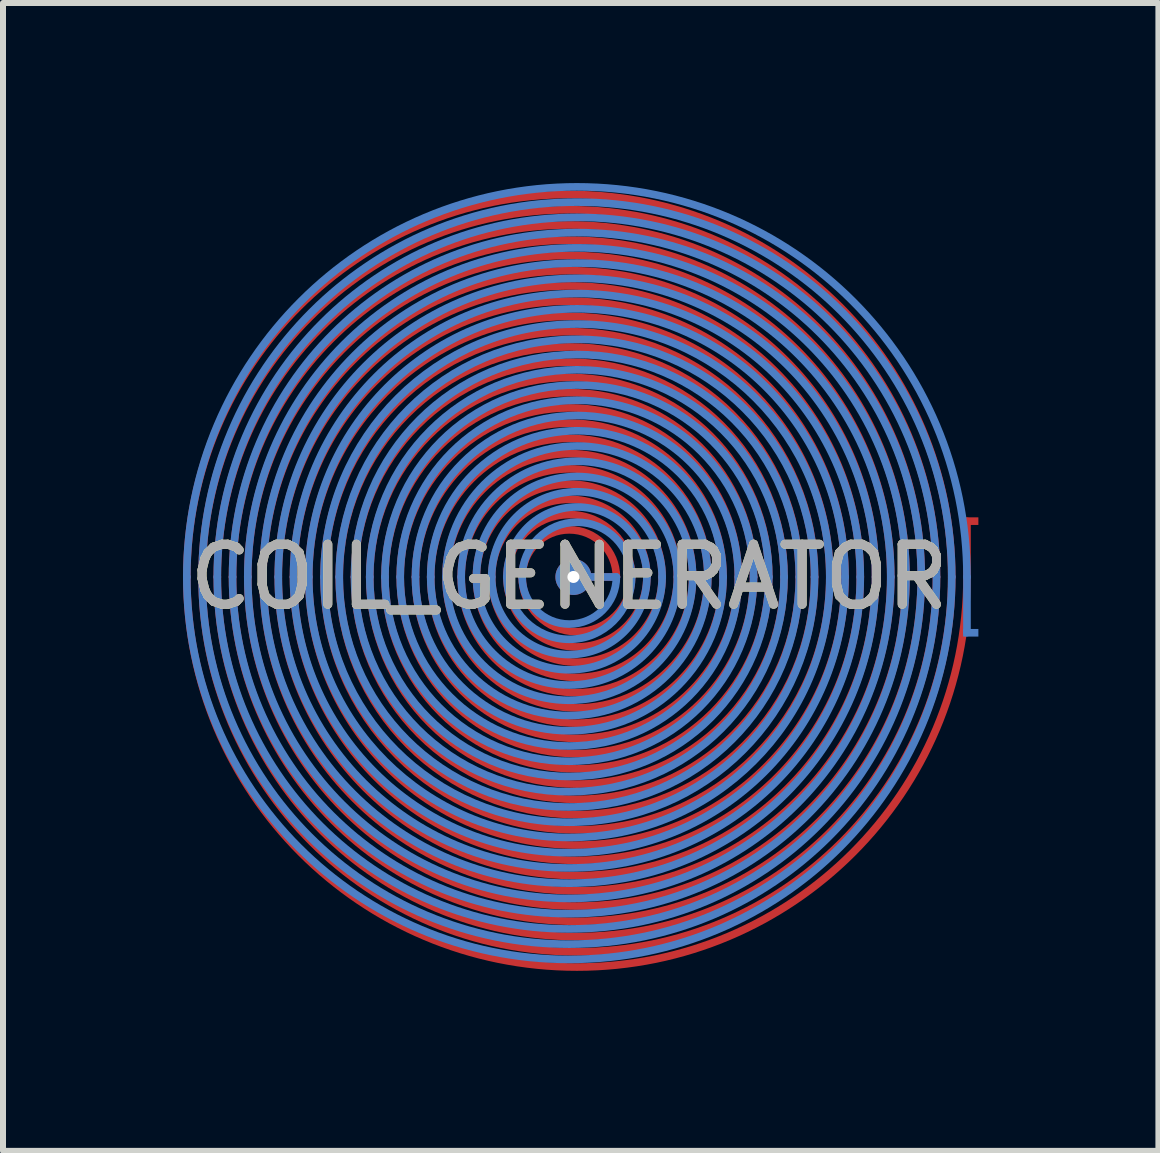
<source format=kicad_pcb>
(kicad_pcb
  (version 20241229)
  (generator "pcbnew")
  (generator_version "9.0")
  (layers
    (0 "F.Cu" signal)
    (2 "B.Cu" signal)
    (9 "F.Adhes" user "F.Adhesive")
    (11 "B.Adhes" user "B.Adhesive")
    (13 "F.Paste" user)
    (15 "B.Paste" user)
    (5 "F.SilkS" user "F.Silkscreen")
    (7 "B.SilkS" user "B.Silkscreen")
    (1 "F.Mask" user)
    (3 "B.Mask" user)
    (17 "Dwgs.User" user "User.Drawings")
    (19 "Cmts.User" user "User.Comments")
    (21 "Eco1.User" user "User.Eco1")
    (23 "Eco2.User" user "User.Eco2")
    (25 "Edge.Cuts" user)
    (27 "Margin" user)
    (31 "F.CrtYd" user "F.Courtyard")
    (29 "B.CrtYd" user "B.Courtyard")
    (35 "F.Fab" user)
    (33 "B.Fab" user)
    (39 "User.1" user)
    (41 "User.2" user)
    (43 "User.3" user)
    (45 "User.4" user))
  (footprint "COIL_GENERATOR"
    (layer "F.Cu")
    (at 6.436 6.564)
    (property "Reference" "COIL_GENERATOR" (at 0 0 0) (unlocked yes) (layer "F.SilkS") (effects (font (size 1 1) (thickness 0.15))))
    (attr exclude_from_pos_files exclude_from_bom allow_missing_courtyard)
    (fp_line (start 0.785 0) (end 0.069 0) (stroke (width 0.127) (type default)) (layer "F.Cu"))
    (fp_line (start 6.627 0) (end 6.627 -0.927) (stroke (width 0.127) (type default)) (layer "F.Cu"))
    (fp_arc (start -6.373 0) (mid 0 -6.373) (end 6.373 0) (stroke (width 0.127) (type default)) (layer "F.Cu"))
    (fp_arc (start -6.119 0) (mid 0 -6.119) (end 6.119 0) (stroke (width 0.127) (type default)) (layer "F.Cu"))
    (fp_arc (start -5.865 0) (mid 0 -5.865) (end 5.865 0) (stroke (width 0.127) (type default)) (layer "F.Cu"))
    (fp_arc (start -5.611 0) (mid 0 -5.611) (end 5.611 0) (stroke (width 0.127) (type default)) (layer "F.Cu"))
    (fp_arc (start -5.357 0) (mid 0 -5.357) (end 5.357 0) (stroke (width 0.127) (type default)) (layer "F.Cu"))
    (fp_arc (start -5.103 0) (mid 0 -5.103) (end 5.103 0) (stroke (width 0.127) (type default)) (layer "F.Cu"))
    (fp_arc (start -4.849 0) (mid 0 -4.849) (end 4.849 0) (stroke (width 0.127) (type default)) (layer "F.Cu"))
    (fp_arc (start -4.595 0) (mid 0 -4.595) (end 4.595 0) (stroke (width 0.127) (type default)) (layer "F.Cu"))
    (fp_arc (start -4.341 0) (mid 0 -4.341) (end 4.341 0) (stroke (width 0.127) (type default)) (layer "F.Cu"))
    (fp_arc (start -4.087 0) (mid 0 -4.087) (end 4.087 0) (stroke (width 0.127) (type default)) (layer "F.Cu"))
    (fp_arc (start -3.833 0) (mid 0 -3.833) (end 3.833 0) (stroke (width 0.127) (type default)) (layer "F.Cu"))
    (fp_arc (start -3.579 0) (mid 0 -3.579) (end 3.579 0) (stroke (width 0.127) (type default)) (layer "F.Cu"))
    (fp_arc (start -3.325 0) (mid 0 -3.325) (end 3.325 0) (stroke (width 0.127) (type default)) (layer "F.Cu"))
    (fp_arc (start -3.071 0) (mid 0 -3.071) (end 3.071 0) (stroke (width 0.127) (type default)) (layer "F.Cu"))
    (fp_arc (start -2.817 0) (mid 0 -2.817) (end 2.817 0) (stroke (width 0.127) (type default)) (layer "F.Cu"))
    (fp_arc (start -2.563 0) (mid 0 -2.563) (end 2.563 0) (stroke (width 0.127) (type default)) (layer "F.Cu"))
    (fp_arc (start -2.309 0) (mid 0 -2.309) (end 2.309 0) (stroke (width 0.127) (type default)) (layer "F.Cu"))
    (fp_arc (start -2.055 0) (mid 0 -2.055) (end 2.055 0) (stroke (width 0.127) (type default)) (layer "F.Cu"))
    (fp_arc (start -1.801 0) (mid 0 -1.801) (end 1.801 0) (stroke (width 0.127) (type default)) (layer "F.Cu"))
    (fp_arc (start -1.547 0) (mid 0 -1.547) (end 1.547 0) (stroke (width 0.127) (type default)) (layer "F.Cu"))
    (fp_arc (start -1.293 0) (mid 0 -1.293) (end 1.293 0) (stroke (width 0.127) (type default)) (layer "F.Cu"))
    (fp_arc (start -1.039 0) (mid 0 -1.039) (end 1.039 0) (stroke (width 0.127) (type default)) (layer "F.Cu"))
    (fp_arc (start -0.785 0) (mid 0 -0.785) (end 0.785 0) (stroke (width 0.127) (type default)) (layer "F.Cu"))
    (fp_arc (start 1.039 0) (mid 0.127 0.912) (end -0.785 0) (stroke (width 0.127) (type default)) (layer "F.Cu"))
    (fp_arc (start 1.293 0) (mid 0.127 1.166) (end -1.039 0) (stroke (width 0.127) (type default)) (layer "F.Cu"))
    (fp_arc (start 1.547 0) (mid 0.127 1.42) (end -1.293 0) (stroke (width 0.127) (type default)) (layer "F.Cu"))
    (fp_arc (start 1.801 0) (mid 0.127 1.674) (end -1.547 0) (stroke (width 0.127) (type default)) (layer "F.Cu"))
    (fp_arc (start 2.055 0) (mid 0.127 1.928) (end -1.801 0) (stroke (width 0.127) (type default)) (layer "F.Cu"))
    (fp_arc (start 2.309 0) (mid 0.127 2.182) (end -2.055 0) (stroke (width 0.127) (type default)) (layer "F.Cu"))
    (fp_arc (start 2.563 0) (mid 0.127 2.436) (end -2.309 0) (stroke (width 0.127) (type default)) (layer "F.Cu"))
    (fp_arc (start 2.817 0) (mid 0.127 2.69) (end -2.563 0) (stroke (width 0.127) (type default)) (layer "F.Cu"))
    (fp_arc (start 3.071 0) (mid 0.127 2.944) (end -2.817 0) (stroke (width 0.127) (type default)) (layer "F.Cu"))
    (fp_arc (start 3.325 0) (mid 0.127 3.198) (end -3.071 0) (stroke (width 0.127) (type default)) (layer "F.Cu"))
    (fp_arc (start 3.579 0) (mid 0.127 3.452) (end -3.325 0) (stroke (width 0.127) (type default)) (layer "F.Cu"))
    (fp_arc (start 3.833 0) (mid 0.127 3.706) (end -3.579 0) (stroke (width 0.127) (type default)) (layer "F.Cu"))
    (fp_arc (start 4.087 0) (mid 0.127 3.96) (end -3.833 0) (stroke (width 0.127) (type default)) (layer "F.Cu"))
    (fp_arc (start 4.341 0) (mid 0.127 4.214) (end -4.087 0) (stroke (width 0.127) (type default)) (layer "F.Cu"))
    (fp_arc (start 4.595 0) (mid 0.127 4.468) (end -4.341 0) (stroke (width 0.127) (type default)) (layer "F.Cu"))
    (fp_arc (start 4.849 0) (mid 0.127 4.722) (end -4.595 0) (stroke (width 0.127) (type default)) (layer "F.Cu"))
    (fp_arc (start 5.103 0) (mid 0.127 4.976) (end -4.849 0) (stroke (width 0.127) (type default)) (layer "F.Cu"))
    (fp_arc (start 5.357 0) (mid 0.127 5.23) (end -5.103 0) (stroke (width 0.127) (type default)) (layer "F.Cu"))
    (fp_arc (start 5.611 0) (mid 0.127 5.484) (end -5.357 0) (stroke (width 0.127) (type default)) (layer "F.Cu"))
    (fp_arc (start 5.865 0) (mid 0.127 5.738) (end -5.611 0) (stroke (width 0.127) (type default)) (layer "F.Cu"))
    (fp_arc (start 6.119 0) (mid 0.127 5.992) (end -5.865 0) (stroke (width 0.127) (type default)) (layer "F.Cu"))
    (fp_arc (start 6.373 0) (mid 0.127 6.246) (end -6.119 0) (stroke (width 0.127) (type default)) (layer "F.Cu"))
    (fp_arc (start 6.627 0) (mid 0.127 6.5) (end -6.373 0) (stroke (width 0.127) (type default)) (layer "F.Cu"))
    (fp_line (start 0.785 0) (end 0.069 0) (stroke (width 0.127) (type default)) (layer "B.Cu"))
    (fp_line (start 6.627 0) (end 6.627 0.927) (stroke (width 0.127) (type default)) (layer "B.Cu"))
    (fp_arc (start -6.373 0) (mid 0.127 -6.5) (end 6.627 0) (stroke (width 0.127) (type default)) (layer "B.Cu"))
    (fp_arc (start -6.119 0) (mid 0.127 -6.246) (end 6.373 0) (stroke (width 0.127) (type default)) (layer "B.Cu"))
    (fp_arc (start -5.865 0) (mid 0.127 -5.992) (end 6.119 0) (stroke (width 0.127) (type default)) (layer "B.Cu"))
    (fp_arc (start -5.611 0) (mid 0.127 -5.738) (end 5.865 0) (stroke (width 0.127) (type default)) (layer "B.Cu"))
    (fp_arc (start -5.357 0) (mid 0.127 -5.484) (end 5.611 0) (stroke (width 0.127) (type default)) (layer "B.Cu"))
    (fp_arc (start -5.103 0) (mid 0.127 -5.23) (end 5.357 0) (stroke (width 0.127) (type default)) (layer "B.Cu"))
    (fp_arc (start -4.849 0) (mid 0.127 -4.976) (end 5.103 0) (stroke (width 0.127) (type default)) (layer "B.Cu"))
    (fp_arc (start -4.595 0) (mid 0.127 -4.722) (end 4.849 0) (stroke (width 0.127) (type default)) (layer "B.Cu"))
    (fp_arc (start -4.341 0) (mid 0.127 -4.468) (end 4.595 0) (stroke (width 0.127) (type default)) (layer "B.Cu"))
    (fp_arc (start -4.087 0) (mid 0.127 -4.214) (end 4.341 0) (stroke (width 0.127) (type default)) (layer "B.Cu"))
    (fp_arc (start -3.833 0) (mid 0.127 -3.96) (end 4.087 0) (stroke (width 0.127) (type default)) (layer "B.Cu"))
    (fp_arc (start -3.579 0) (mid 0.127 -3.706) (end 3.833 0) (stroke (width 0.127) (type default)) (layer "B.Cu"))
    (fp_arc (start -3.325 0) (mid 0.127 -3.452) (end 3.579 0) (stroke (width 0.127) (type default)) (layer "B.Cu"))
    (fp_arc (start -3.071 0) (mid 0.127 -3.198) (end 3.325 0) (stroke (width 0.127) (type default)) (layer "B.Cu"))
    (fp_arc (start -2.817 0) (mid 0.127 -2.944) (end 3.071 0) (stroke (width 0.127) (type default)) (layer "B.Cu"))
    (fp_arc (start -2.563 0) (mid 0.127 -2.69) (end 2.817 0) (stroke (width 0.127) (type default)) (layer "B.Cu"))
    (fp_arc (start -2.309 0) (mid 0.127 -2.436) (end 2.563 0) (stroke (width 0.127) (type default)) (layer "B.Cu"))
    (fp_arc (start -2.055 0) (mid 0.127 -2.182) (end 2.309 0) (stroke (width 0.127) (type default)) (layer "B.Cu"))
    (fp_arc (start -1.801 0) (mid 0.127 -1.928) (end 2.055 0) (stroke (width 0.127) (type default)) (layer "B.Cu"))
    (fp_arc (start -1.547 0) (mid 0.127 -1.674) (end 1.801 0) (stroke (width 0.127) (type default)) (layer "B.Cu"))
    (fp_arc (start -1.293 0) (mid 0.127 -1.42) (end 1.547 0) (stroke (width 0.127) (type default)) (layer "B.Cu"))
    (fp_arc (start -1.039 0) (mid 0.127 -1.166) (end 1.293 0) (stroke (width 0.127) (type default)) (layer "B.Cu"))
    (fp_arc (start -0.785 0) (mid 0.127 -0.912) (end 1.039 0) (stroke (width 0.127) (type default)) (layer "B.Cu"))
    (fp_arc (start 0.785 0) (mid 0 0.785) (end -0.785 0) (stroke (width 0.127) (type default)) (layer "B.Cu"))
    (fp_arc (start 1.039 0) (mid 0 1.039) (end -1.039 0) (stroke (width 0.127) (type default)) (layer "B.Cu"))
    (fp_arc (start 1.293 0) (mid 0 1.293) (end -1.293 0) (stroke (width 0.127) (type default)) (layer "B.Cu"))
    (fp_arc (start 1.547 0) (mid 0 1.547) (end -1.547 0) (stroke (width 0.127) (type default)) (layer "B.Cu"))
    (fp_arc (start 1.801 0) (mid 0 1.801) (end -1.801 0) (stroke (width 0.127) (type default)) (layer "B.Cu"))
    (fp_arc (start 2.055 0) (mid 0 2.055) (end -2.055 0) (stroke (width 0.127) (type default)) (layer "B.Cu"))
    (fp_arc (start 2.309 0) (mid 0 2.309) (end -2.309 0) (stroke (width 0.127) (type default)) (layer "B.Cu"))
    (fp_arc (start 2.563 0) (mid 0 2.563) (end -2.563 0) (stroke (width 0.127) (type default)) (layer "B.Cu"))
    (fp_arc (start 2.817 0) (mid 0 2.817) (end -2.817 0) (stroke (width 0.127) (type default)) (layer "B.Cu"))
    (fp_arc (start 3.071 0) (mid 0 3.071) (end -3.071 0) (stroke (width 0.127) (type default)) (layer "B.Cu"))
    (fp_arc (start 3.325 0) (mid 0 3.325) (end -3.325 0) (stroke (width 0.127) (type default)) (layer "B.Cu"))
    (fp_arc (start 3.579 0) (mid 0 3.579) (end -3.579 0) (stroke (width 0.127) (type default)) (layer "B.Cu"))
    (fp_arc (start 3.833 0) (mid 0 3.833) (end -3.833 0) (stroke (width 0.127) (type default)) (layer "B.Cu"))
    (fp_arc (start 4.087 0) (mid 0 4.087) (end -4.087 0) (stroke (width 0.127) (type default)) (layer "B.Cu"))
    (fp_arc (start 4.341 0) (mid 0 4.341) (end -4.341 0) (stroke (width 0.127) (type default)) (layer "B.Cu"))
    (fp_arc (start 4.595 0) (mid 0 4.595) (end -4.595 0) (stroke (width 0.127) (type default)) (layer "B.Cu"))
    (fp_arc (start 4.849 0) (mid 0 4.849) (end -4.849 0) (stroke (width 0.127) (type default)) (layer "B.Cu"))
    (fp_arc (start 5.103 0) (mid 0 5.103) (end -5.103 0) (stroke (width 0.127) (type default)) (layer "B.Cu"))
    (fp_arc (start 5.357 0) (mid 0 5.357) (end -5.357 0) (stroke (width 0.127) (type default)) (layer "B.Cu"))
    (fp_arc (start 5.611 0) (mid 0 5.611) (end -5.611 0) (stroke (width 0.127) (type default)) (layer "B.Cu"))
    (fp_arc (start 5.865 0) (mid 0 5.865) (end -5.865 0) (stroke (width 0.127) (type default)) (layer "B.Cu"))
    (fp_arc (start 6.119 0) (mid 0 6.119) (end -6.119 0) (stroke (width 0.127) (type default)) (layer "B.Cu"))
    (fp_arc (start 6.373 0) (mid 0 6.373) (end -6.373 0) (stroke (width 0.127) (type default)) (layer "B.Cu"))
    (fp_text user "${REFERENCE}" (at 0 0 0) (unlocked yes) (layer "F.Fab") (effects (font (size 1 1) (thickness 0.15))))
    (pad "0" thru_hole circle (at 0.069 0) (size 0.6 0.6) (drill 0.2) (layers "*.Cu") (remove_unused_layers yes) (keep_end_layers yes) (zone_layer_connections))
    (pad "1" smd rect (at 6.69 -0.93) (size 0.254 0.127) (layers "F.Cu"))
    (pad "2" smd rect (at 6.69 0.93) (size 0.254 0.127) (layers "B.Cu")))
  (gr_rect
    (start -3 -3)
    (end 16.253 16.127)
    (stroke (width 0.1) (type default))
    (fill no)
    (layer "Edge.Cuts")))
</source>
